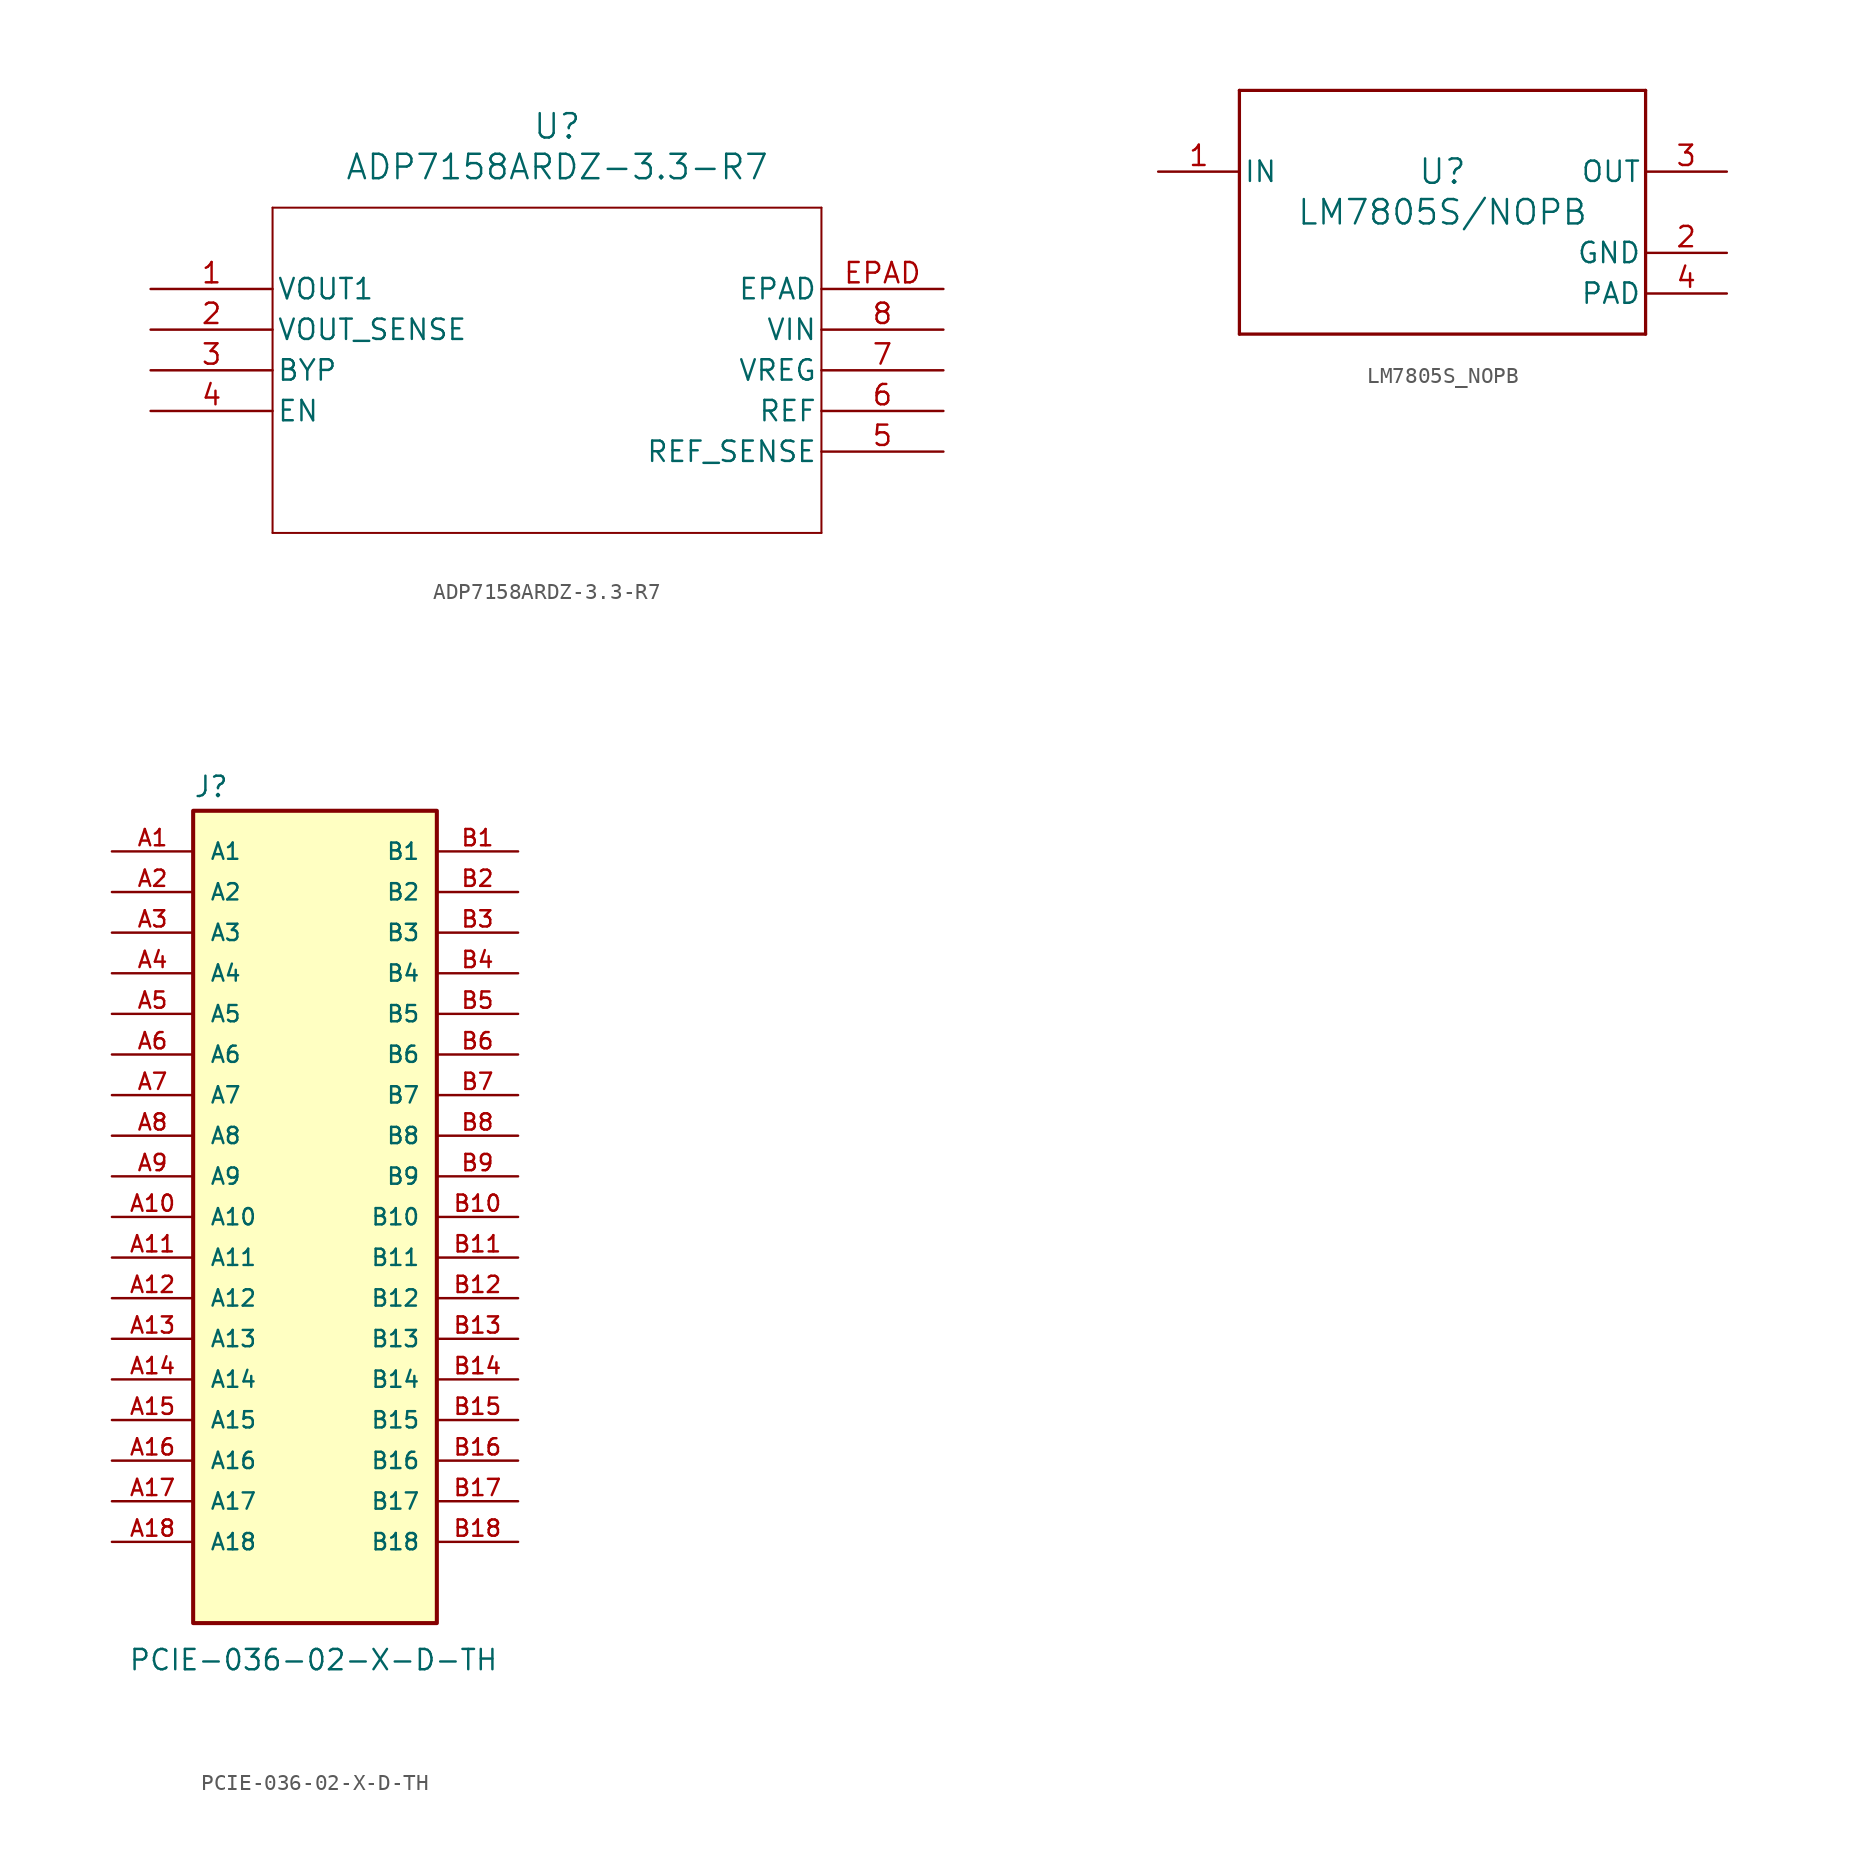
<source format=kicad_sym>
(kicad_symbol_lib
  (version 20241209)
  (generator "kicad_symbol_editor")
  (generator_version "9.0")
  (symbol "ADP7158ARDZ-3.3-R7"
    (pin_names
      (offset 0.254))
    (property "Reference" "U"
      (at 33.02 10.16 0)
      (effects (font (size 1.524 1.524))))
    (property "Value" "ADP7158ARDZ-3.3-R7"
      (at 33.02 7.62 0)
      (effects (font (size 1.524 1.524))))
    (property "ki_locked" ""
      (at 0 0 0)
      (effects (font (size 1.27 1.27))))
    (symbol "ADP7158ARDZ-3.3-R7_0_1"
      (polyline (pts (xy 15.24 5.08) (xy 15.24 -15.24)) (stroke (width 0.127) (type default)) (fill (type none)))
      (polyline (pts (xy 15.24 -15.24) (xy 49.53 -15.24)) (stroke (width 0.127) (type default)) (fill (type none)))
      (polyline (pts (xy 49.53 5.08) (xy 15.24 5.08)) (stroke (width 0.127) (type default)) (fill (type none)))
      (polyline (pts (xy 49.53 -15.24) (xy 49.53 5.08)) (stroke (width 0.127) (type default)) (fill (type none)))
      (pin output line (at 7.62 0 0) (length 7.62) (name "VOUT1" (effects (font (size 1.27 1.27)))) (number "1" (effects (font (size 1.27 1.27)))))
      (pin input line (at 7.62 -7.62 0) (length 7.62) (name "EN" (effects (font (size 1.27 1.27)))) (number "4" (effects (font (size 1.27 1.27)))))
      (pin power_out line (at 57.15 0 180) (length 7.62) (name "EPAD" (effects (font (size 1.27 1.27)))) (number "EPAD" (effects (font (size 1.27 1.27)))))
      (pin power_in line (at 57.15 -2.54 180) (length 7.62) (name "VIN" (effects (font (size 1.27 1.27)))) (number "8" (effects (font (size 1.27 1.27)))))
      (pin input line (at 57.15 -5.08 180) (length 7.62) (name "VREG" (effects (font (size 1.27 1.27)))) (number "7" (effects (font (size 1.27 1.27)))))
      (pin output line (at 57.15 -7.62 180) (length 7.62) (name "REF" (effects (font (size 1.27 1.27)))) (number "6" (effects (font (size 1.27 1.27))))))
    (symbol "ADP7158ARDZ-3.3-R7_1_1"
      (pin input line (at 7.62 -2.54 0) (length 7.62) (name "VOUT_SENSE" (effects (font (size 1.27 1.27)))) (number "2" (effects (font (size 1.27 1.27)))))
      (pin input line (at 7.62 -5.08 0) (length 7.62) (name "BYP" (effects (font (size 1.27 1.27)))) (number "3" (effects (font (size 1.27 1.27)))))
      (pin input line (at 57.15 -10.16 180) (length 7.62) (name "REF_SENSE" (effects (font (size 1.27 1.27)))) (number "5" (effects (font (size 1.27 1.27)))))))
  (symbol "LM7805S_NOPB"
    (pin_names
      (offset 0.254))
    (property "Reference" "U"
      (at 0 2.54 0)
      (effects (font (size 1.524 1.524))))
    (property "Value" "LM7805S/NOPB"
      (at 0 0 0)
      (effects (font (size 1.524 1.524))))
    (property "ki_locked" ""
      (at 0 0 0)
      (effects (font (size 1.27 1.27))))
    (symbol "LM7805S_NOPB_0_1"
      (polyline (pts (xy -12.7 7.62) (xy -12.7 -7.62)) (stroke (width 0.203) (type default)) (fill (type none)))
      (polyline (pts (xy -12.7 -7.62) (xy 12.7 -7.62)) (stroke (width 0.203) (type default)) (fill (type none)))
      (polyline (pts (xy 12.7 7.62) (xy -12.7 7.62)) (stroke (width 0.203) (type default)) (fill (type none)))
      (polyline (pts (xy 12.7 -7.62) (xy 12.7 7.62)) (stroke (width 0.203) (type default)) (fill (type none)))
      (pin power_in line (at 17.78 -2.54 180) (length 5.08) (name "GND" (effects (font (size 1.27 1.27)))) (number "2" (effects (font (size 1.27 1.27))))))
    (symbol "LM7805S_NOPB_1_1"
      (pin power_in line (at -17.78 2.54 0) (length 5.08) (name "IN" (effects (font (size 1.27 1.27)))) (number "1" (effects (font (size 1.27 1.27)))))
      (pin power_out line (at 17.78 2.54 180) (length 5.08) (name "OUT" (effects (font (size 1.27 1.27)))) (number "3" (effects (font (size 1.27 1.27)))))
      (pin power_in line (at 17.78 -5.08 180) (length 5.08) (name "PAD" (effects (font (size 1.27 1.27)))) (number "4" (effects (font (size 1.27 1.27)))))))
  (symbol "PCIE-036-02-X-D-TH"
    (pin_names
      (offset 1.016))
    (property "Reference" "J"
      (at -7.62 26.162 0)
      (effects (font (size 1.27 1.27)) (justify left bottom)))
    (property "Value" "PCIE-036-02-X-D-TH"
      (at -11.684 -28.448 0)
      (effects (font (size 1.27 1.27)) (justify left bottom)))
    (symbol "PCIE-036-02-X-D-TH_0_0"
      (rectangle (start -7.62 -25.4) (end 7.62 25.4) (stroke (width 0.254) (type default)) (fill (type background)))
      (pin passive line (at -12.7 22.86 0) (length 5.08) (name "A1" (effects (font (size 1.016 1.016)))) (number "A1" (effects (font (size 1.016 1.016)))))
      (pin passive line (at -12.7 20.32 0) (length 5.08) (name "A2" (effects (font (size 1.016 1.016)))) (number "A2" (effects (font (size 1.016 1.016)))))
      (pin passive line (at -12.7 17.78 0) (length 5.08) (name "A3" (effects (font (size 1.016 1.016)))) (number "A3" (effects (font (size 1.016 1.016)))))
      (pin passive line (at -12.7 15.24 0) (length 5.08) (name "A4" (effects (font (size 1.016 1.016)))) (number "A4" (effects (font (size 1.016 1.016)))))
      (pin passive line (at -12.7 12.7 0) (length 5.08) (name "A5" (effects (font (size 1.016 1.016)))) (number "A5" (effects (font (size 1.016 1.016)))))
      (pin passive line (at -12.7 10.16 0) (length 5.08) (name "A6" (effects (font (size 1.016 1.016)))) (number "A6" (effects (font (size 1.016 1.016)))))
      (pin passive line (at -12.7 7.62 0) (length 5.08) (name "A7" (effects (font (size 1.016 1.016)))) (number "A7" (effects (font (size 1.016 1.016)))))
      (pin passive line (at -12.7 5.08 0) (length 5.08) (name "A8" (effects (font (size 1.016 1.016)))) (number "A8" (effects (font (size 1.016 1.016)))))
      (pin passive line (at -12.7 2.54 0) (length 5.08) (name "A9" (effects (font (size 1.016 1.016)))) (number "A9" (effects (font (size 1.016 1.016)))))
      (pin passive line (at -12.7 0 0) (length 5.08) (name "A10" (effects (font (size 1.016 1.016)))) (number "A10" (effects (font (size 1.016 1.016)))))
      (pin passive line (at -12.7 -2.54 0) (length 5.08) (name "A11" (effects (font (size 1.016 1.016)))) (number "A11" (effects (font (size 1.016 1.016)))))
      (pin passive line (at -12.7 -5.08 0) (length 5.08) (name "A12" (effects (font (size 1.016 1.016)))) (number "A12" (effects (font (size 1.016 1.016)))))
      (pin passive line (at -12.7 -7.62 0) (length 5.08) (name "A13" (effects (font (size 1.016 1.016)))) (number "A13" (effects (font (size 1.016 1.016)))))
      (pin passive line (at -12.7 -10.16 0) (length 5.08) (name "A14" (effects (font (size 1.016 1.016)))) (number "A14" (effects (font (size 1.016 1.016)))))
      (pin passive line (at -12.7 -12.7 0) (length 5.08) (name "A15" (effects (font (size 1.016 1.016)))) (number "A15" (effects (font (size 1.016 1.016)))))
      (pin passive line (at -12.7 -15.24 0) (length 5.08) (name "A16" (effects (font (size 1.016 1.016)))) (number "A16" (effects (font (size 1.016 1.016)))))
      (pin passive line (at -12.7 -17.78 0) (length 5.08) (name "A17" (effects (font (size 1.016 1.016)))) (number "A17" (effects (font (size 1.016 1.016)))))
      (pin passive line (at -12.7 -20.32 0) (length 5.08) (name "A18" (effects (font (size 1.016 1.016)))) (number "A18" (effects (font (size 1.016 1.016)))))
      (pin passive line (at 12.7 22.86 180) (length 5.08) (name "B1" (effects (font (size 1.016 1.016)))) (number "B1" (effects (font (size 1.016 1.016)))))
      (pin passive line (at 12.7 20.32 180) (length 5.08) (name "B2" (effects (font (size 1.016 1.016)))) (number "B2" (effects (font (size 1.016 1.016)))))
      (pin passive line (at 12.7 17.78 180) (length 5.08) (name "B3" (effects (font (size 1.016 1.016)))) (number "B3" (effects (font (size 1.016 1.016)))))
      (pin passive line (at 12.7 15.24 180) (length 5.08) (name "B4" (effects (font (size 1.016 1.016)))) (number "B4" (effects (font (size 1.016 1.016)))))
      (pin passive line (at 12.7 12.7 180) (length 5.08) (name "B5" (effects (font (size 1.016 1.016)))) (number "B5" (effects (font (size 1.016 1.016)))))
      (pin passive line (at 12.7 10.16 180) (length 5.08) (name "B6" (effects (font (size 1.016 1.016)))) (number "B6" (effects (font (size 1.016 1.016)))))
      (pin passive line (at 12.7 7.62 180) (length 5.08) (name "B7" (effects (font (size 1.016 1.016)))) (number "B7" (effects (font (size 1.016 1.016)))))
      (pin passive line (at 12.7 5.08 180) (length 5.08) (name "B8" (effects (font (size 1.016 1.016)))) (number "B8" (effects (font (size 1.016 1.016)))))
      (pin passive line (at 12.7 2.54 180) (length 5.08) (name "B9" (effects (font (size 1.016 1.016)))) (number "B9" (effects (font (size 1.016 1.016)))))
      (pin passive line (at 12.7 0 180) (length 5.08) (name "B10" (effects (font (size 1.016 1.016)))) (number "B10" (effects (font (size 1.016 1.016)))))
      (pin passive line (at 12.7 -2.54 180) (length 5.08) (name "B11" (effects (font (size 1.016 1.016)))) (number "B11" (effects (font (size 1.016 1.016)))))
      (pin passive line (at 12.7 -5.08 180) (length 5.08) (name "B12" (effects (font (size 1.016 1.016)))) (number "B12" (effects (font (size 1.016 1.016)))))
      (pin passive line (at 12.7 -7.62 180) (length 5.08) (name "B13" (effects (font (size 1.016 1.016)))) (number "B13" (effects (font (size 1.016 1.016)))))
      (pin passive line (at 12.7 -10.16 180) (length 5.08) (name "B14" (effects (font (size 1.016 1.016)))) (number "B14" (effects (font (size 1.016 1.016)))))
      (pin passive line (at 12.7 -12.7 180) (length 5.08) (name "B15" (effects (font (size 1.016 1.016)))) (number "B15" (effects (font (size 1.016 1.016)))))
      (pin passive line (at 12.7 -15.24 180) (length 5.08) (name "B16" (effects (font (size 1.016 1.016)))) (number "B16" (effects (font (size 1.016 1.016)))))
      (pin passive line (at 12.7 -20.32 180) (length 5.08) (name "B18" (effects (font (size 1.016 1.016)))) (number "B18" (effects (font (size 1.016 1.016))))))
    (symbol "PCIE-036-02-X-D-TH_1_0"
      (pin output line (at 12.7 -17.78 180) (length 5.08) (name "B17" (effects (font (size 1.016 1.016)))) (number "B17" (effects (font (size 1.016 1.016))))))))
</source>
